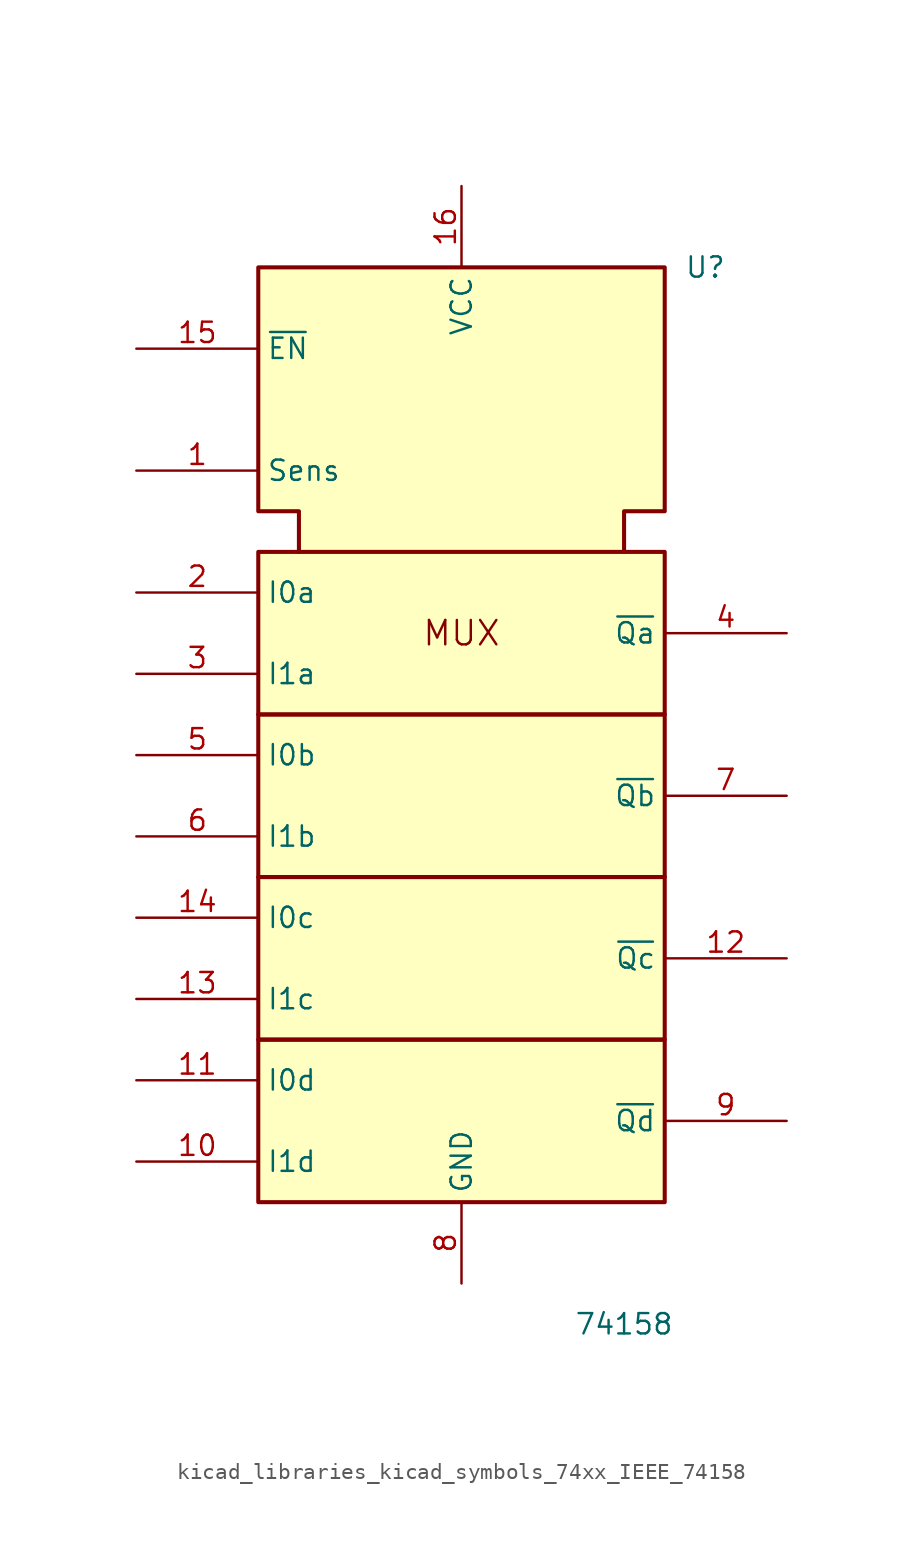
<source format=kicad_sym>
(kicad_symbol_lib
  (version 20220914)
  (generator kicad_symbol_editor)
  (symbol "kicad_libraries_kicad_symbols_74xx_IEEE_74158"
    (property "Reference" "U"
      (at 15.24 48.26 0)
      (effects (font (size 1.27 1.27))))
    (property "Value" "74158"
      (at 10.16 -17.78 0)
      (effects (font (size 1.27 1.27))))
    (symbol "kicad_libraries_kicad_symbols_74xx_IEEE_74158_0_0"
      (rectangle (start -12.7 0) (end 12.7 -10.16) (stroke (width 0.254) (type default)) (fill (type background)))
      (rectangle (start -12.7 10.16) (end 12.7 0) (stroke (width 0.254) (type default)) (fill (type background)))
      (rectangle (start -12.7 20.32) (end 12.7 10.16) (stroke (width 0.254) (type default)) (fill (type background)))
      (rectangle (start -12.7 30.48) (end 12.7 20.32) (stroke (width 0.254) (type default)) (fill (type background)))
      (polyline (pts (xy -10.16 30.48) (xy -10.16 33.02) (xy -12.7 33.02) (xy -12.7 48.26) (xy 12.7 48.26) (xy 12.7 33.02) (xy 10.16 33.02) (xy 10.16 30.48) (xy 10.16 30.48)) (stroke (width 0.254) (type default)) (fill (type background)))
      (text "MUX" (at 0 25.4 0) (effects (font (size 1.524 1.524))))
      (pin power_in line (at 0 53.34 270) (length 5.08) (name "VCC" (effects (font (size 1.27 1.27)))) (number "16" (effects (font (size 1.27 1.27)))))
      (pin power_in line (at 0 -15.24 90) (length 5.08) (name "GND" (effects (font (size 1.27 1.27)))) (number "8" (effects (font (size 1.27 1.27))))))
    (symbol "kicad_libraries_kicad_symbols_74xx_IEEE_74158_1_1"
      (pin input line (at -20.32 35.56 0) (length 7.62) (name "Sens" (effects (font (size 1.27 1.27)))) (number "1" (effects (font (size 1.27 1.27)))))
      (pin input line (at -20.32 -7.62 0) (length 7.62) (name "I1d" (effects (font (size 1.27 1.27)))) (number "10" (effects (font (size 1.27 1.27)))))
      (pin input line (at -20.32 -2.54 0) (length 7.62) (name "I0d" (effects (font (size 1.27 1.27)))) (number "11" (effects (font (size 1.27 1.27)))))
      (pin output line (at 20.32 5.08 180) (length 7.62) (name "~{Qc}" (effects (font (size 1.27 1.27)))) (number "12" (effects (font (size 1.27 1.27)))))
      (pin input line (at -20.32 2.54 0) (length 7.62) (name "I1c" (effects (font (size 1.27 1.27)))) (number "13" (effects (font (size 1.27 1.27)))))
      (pin input line (at -20.32 7.62 0) (length 7.62) (name "I0c" (effects (font (size 1.27 1.27)))) (number "14" (effects (font (size 1.27 1.27)))))
      (pin input line (at -20.32 43.18 0) (length 7.62) (name "~{EN}" (effects (font (size 1.27 1.27)))) (number "15" (effects (font (size 1.27 1.27)))))
      (pin input line (at -20.32 27.94 0) (length 7.62) (name "I0a" (effects (font (size 1.27 1.27)))) (number "2" (effects (font (size 1.27 1.27)))))
      (pin input line (at -20.32 22.86 0) (length 7.62) (name "I1a" (effects (font (size 1.27 1.27)))) (number "3" (effects (font (size 1.27 1.27)))))
      (pin output line (at 20.32 25.4 180) (length 7.62) (name "~{Qa}" (effects (font (size 1.27 1.27)))) (number "4" (effects (font (size 1.27 1.27)))))
      (pin input line (at -20.32 17.78 0) (length 7.62) (name "I0b" (effects (font (size 1.27 1.27)))) (number "5" (effects (font (size 1.27 1.27)))))
      (pin input line (at -20.32 12.7 0) (length 7.62) (name "I1b" (effects (font (size 1.27 1.27)))) (number "6" (effects (font (size 1.27 1.27)))))
      (pin output line (at 20.32 15.24 180) (length 7.62) (name "~{Qb}" (effects (font (size 1.27 1.27)))) (number "7" (effects (font (size 1.27 1.27)))))
      (pin output line (at 20.32 -5.08 180) (length 7.62) (name "~{Qd}" (effects (font (size 1.27 1.27)))) (number "9" (effects (font (size 1.27 1.27))))))))
</source>
